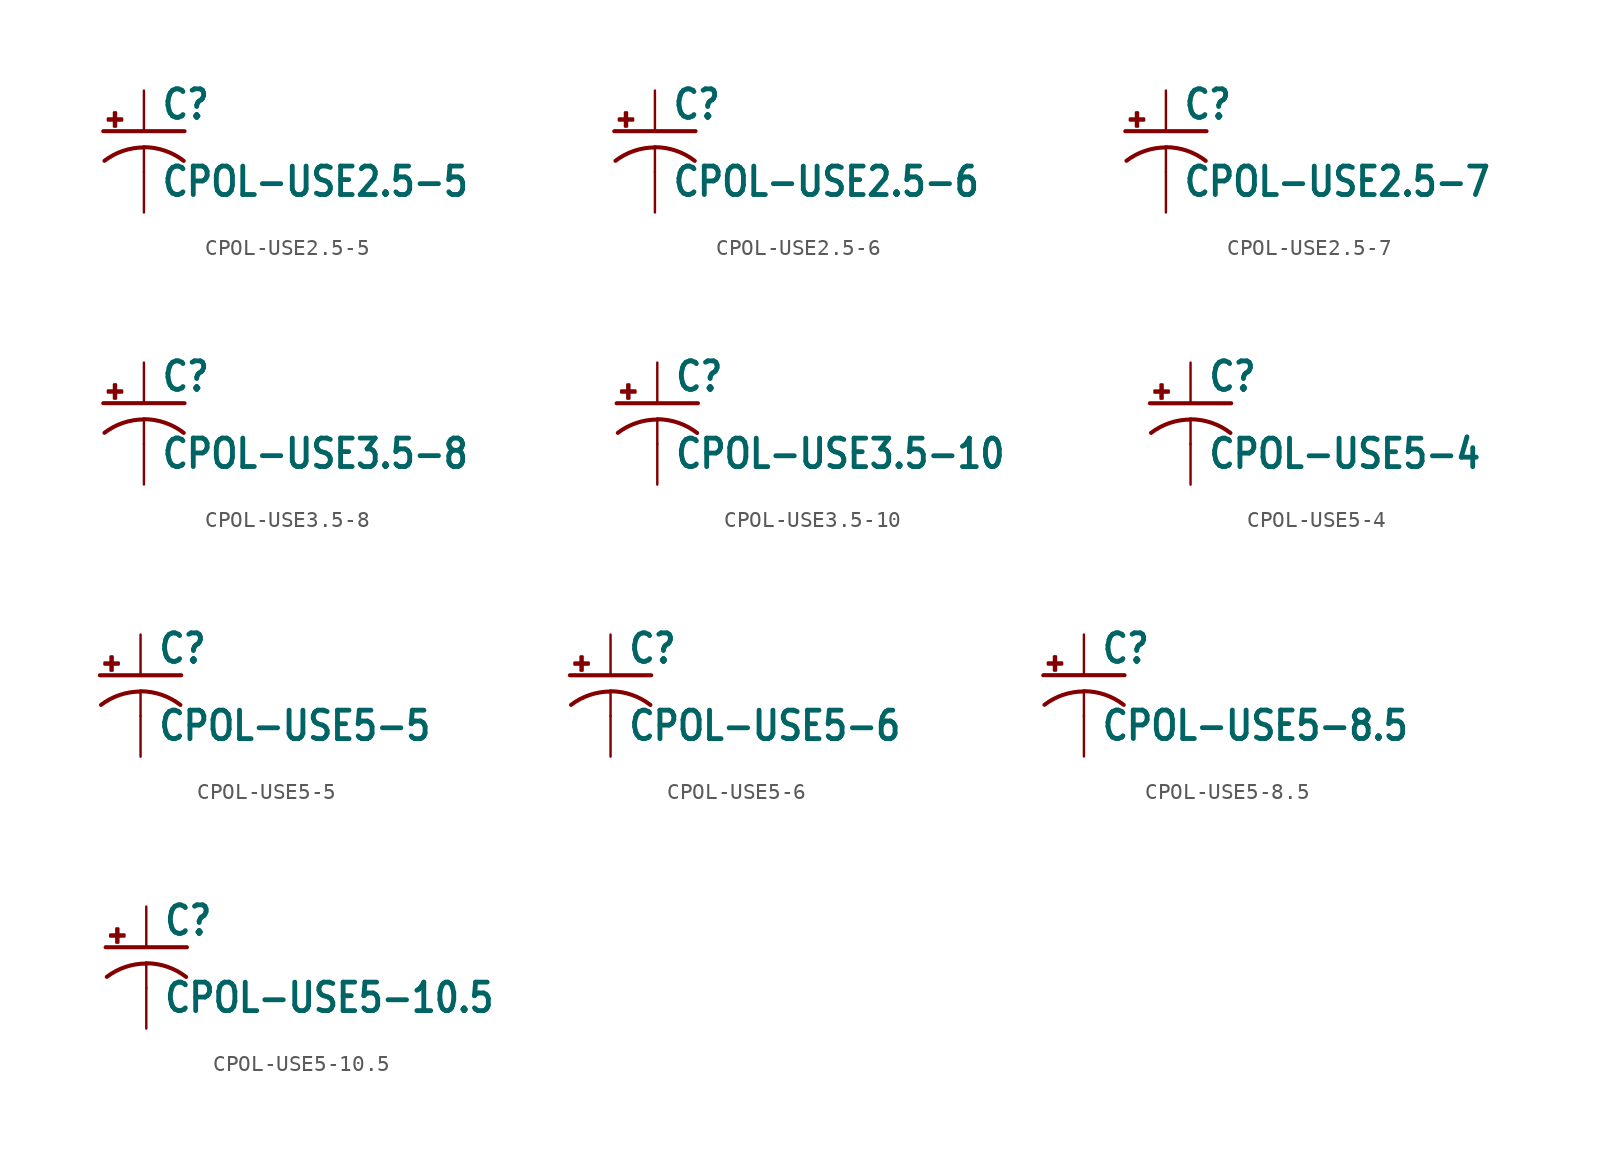
<source format=kicad_sym>
(kicad_symbol_lib
  (version 20211014)
  (generator kicad_symbol_editor)
  (symbol "CPOL-USE2.5-5"
    (property "Reference" "C"
      (at 1.016 0.635 0)
      (effects (font (size 1.778 1.511) bold) (justify left bottom)))
    (property "Value" "CPOL-USE2.5-5"
      (at 1.016 -4.191 0)
      (effects (font (size 1.778 1.511) bold) (justify left bottom)))
    (property "ki_locked" ""
      (at 0 0 0)
      (effects (font (size 1.27 1.27))))
    (symbol "CPOL-USE2.5-5_1_0"
      (rectangle (start -2.253 0.668) (end -1.364 0.795) (stroke (width 0) (type default) (color 0 0 0 0)) (fill (type outline)))
      (rectangle (start -1.872 0.287) (end -1.745 1.176) (stroke (width 0) (type default) (color 0 0 0 0)) (fill (type outline)))
      (arc (start 0 -1.0161) (mid -1.3021 -1.2302) (end -2.4669 -1.8504) (stroke (width 0.254) (type default) (color 0 0 0 0)) (fill (type none)))
      (polyline (pts (xy -2.54 0) (xy 2.54 0)) (stroke (width 0.254) (type default) (color 0 0 0 0)) (fill (type none)))
      (polyline (pts (xy 0 -1.016) (xy 0 -2.54)) (stroke (width 0.152) (type default) (color 0 0 0 0)) (fill (type none)))
      (polyline (pts (xy 0 -1.016) (xy 0 -1.016)) (stroke (width 0.152) (type default) (color 0 0 0 0)) (fill (type none)))
      (arc (start 2.4892 -1.8542) (mid 1.3158 -1.2195) (end 0 -1) (stroke (width 0.254) (type default) (color 0 0 0 0)) (fill (type none)))
      (pin passive line (at 0 2.54 270) (length 2.54) (name "+" (effects (font (size 0 0)))) (number "+" (effects (font (size 0 0)))))
      (pin passive line (at 0 -5.08 90) (length 2.54) (name "-" (effects (font (size 0 0)))) (number "-" (effects (font (size 0 0)))))))
  (symbol "CPOL-USE2.5-6"
    (property "Reference" "C"
      (at 1.016 0.635 0)
      (effects (font (size 1.778 1.511) bold) (justify left bottom)))
    (property "Value" "CPOL-USE2.5-6"
      (at 1.016 -4.191 0)
      (effects (font (size 1.778 1.511) bold) (justify left bottom)))
    (property "ki_locked" ""
      (at 0 0 0)
      (effects (font (size 1.27 1.27))))
    (symbol "CPOL-USE2.5-6_1_0"
      (rectangle (start -2.253 0.668) (end -1.364 0.795) (stroke (width 0) (type default) (color 0 0 0 0)) (fill (type outline)))
      (rectangle (start -1.872 0.287) (end -1.745 1.176) (stroke (width 0) (type default) (color 0 0 0 0)) (fill (type outline)))
      (arc (start 0 -1.0161) (mid -1.3021 -1.2302) (end -2.4669 -1.8504) (stroke (width 0.254) (type default) (color 0 0 0 0)) (fill (type none)))
      (polyline (pts (xy -2.54 0) (xy 2.54 0)) (stroke (width 0.254) (type default) (color 0 0 0 0)) (fill (type none)))
      (polyline (pts (xy 0 -1.016) (xy 0 -2.54)) (stroke (width 0.152) (type default) (color 0 0 0 0)) (fill (type none)))
      (polyline (pts (xy 0 -1.016) (xy 0 -1.016)) (stroke (width 0.152) (type default) (color 0 0 0 0)) (fill (type none)))
      (arc (start 2.4892 -1.8542) (mid 1.3158 -1.2195) (end 0 -1) (stroke (width 0.254) (type default) (color 0 0 0 0)) (fill (type none)))
      (pin passive line (at 0 2.54 270) (length 2.54) (name "+" (effects (font (size 0 0)))) (number "+" (effects (font (size 0 0)))))
      (pin passive line (at 0 -5.08 90) (length 2.54) (name "-" (effects (font (size 0 0)))) (number "-" (effects (font (size 0 0)))))))
  (symbol "CPOL-USE2.5-7"
    (property "Reference" "C"
      (at 1.016 0.635 0)
      (effects (font (size 1.778 1.511) bold) (justify left bottom)))
    (property "Value" "CPOL-USE2.5-7"
      (at 1.016 -4.191 0)
      (effects (font (size 1.778 1.511) bold) (justify left bottom)))
    (property "ki_locked" ""
      (at 0 0 0)
      (effects (font (size 1.27 1.27))))
    (symbol "CPOL-USE2.5-7_1_0"
      (rectangle (start -2.253 0.668) (end -1.364 0.795) (stroke (width 0) (type default) (color 0 0 0 0)) (fill (type outline)))
      (rectangle (start -1.872 0.287) (end -1.745 1.176) (stroke (width 0) (type default) (color 0 0 0 0)) (fill (type outline)))
      (arc (start 0 -1.0161) (mid -1.3021 -1.2302) (end -2.4669 -1.8504) (stroke (width 0.254) (type default) (color 0 0 0 0)) (fill (type none)))
      (polyline (pts (xy -2.54 0) (xy 2.54 0)) (stroke (width 0.254) (type default) (color 0 0 0 0)) (fill (type none)))
      (polyline (pts (xy 0 -1.016) (xy 0 -2.54)) (stroke (width 0.152) (type default) (color 0 0 0 0)) (fill (type none)))
      (polyline (pts (xy 0 -1.016) (xy 0 -1.016)) (stroke (width 0.152) (type default) (color 0 0 0 0)) (fill (type none)))
      (arc (start 2.4892 -1.8542) (mid 1.3158 -1.2195) (end 0 -1) (stroke (width 0.254) (type default) (color 0 0 0 0)) (fill (type none)))
      (pin passive line (at 0 2.54 270) (length 2.54) (name "+" (effects (font (size 0 0)))) (number "+" (effects (font (size 0 0)))))
      (pin passive line (at 0 -5.08 90) (length 2.54) (name "-" (effects (font (size 0 0)))) (number "-" (effects (font (size 0 0)))))))
  (symbol "CPOL-USE3.5-8"
    (property "Reference" "C"
      (at 1.016 0.635 0)
      (effects (font (size 1.778 1.511) bold) (justify left bottom)))
    (property "Value" "CPOL-USE3.5-8"
      (at 1.016 -4.191 0)
      (effects (font (size 1.778 1.511) bold) (justify left bottom)))
    (property "ki_locked" ""
      (at 0 0 0)
      (effects (font (size 1.27 1.27))))
    (symbol "CPOL-USE3.5-8_1_0"
      (rectangle (start -2.253 0.668) (end -1.364 0.795) (stroke (width 0) (type default) (color 0 0 0 0)) (fill (type outline)))
      (rectangle (start -1.872 0.287) (end -1.745 1.176) (stroke (width 0) (type default) (color 0 0 0 0)) (fill (type outline)))
      (arc (start 0 -1.0161) (mid -1.3021 -1.2302) (end -2.4669 -1.8504) (stroke (width 0.254) (type default) (color 0 0 0 0)) (fill (type none)))
      (polyline (pts (xy -2.54 0) (xy 2.54 0)) (stroke (width 0.254) (type default) (color 0 0 0 0)) (fill (type none)))
      (polyline (pts (xy 0 -1.016) (xy 0 -2.54)) (stroke (width 0.152) (type default) (color 0 0 0 0)) (fill (type none)))
      (polyline (pts (xy 0 -1.016) (xy 0 -1.016)) (stroke (width 0.152) (type default) (color 0 0 0 0)) (fill (type none)))
      (arc (start 2.4892 -1.8542) (mid 1.3158 -1.2195) (end 0 -1) (stroke (width 0.254) (type default) (color 0 0 0 0)) (fill (type none)))
      (pin passive line (at 0 2.54 270) (length 2.54) (name "+" (effects (font (size 0 0)))) (number "+" (effects (font (size 0 0)))))
      (pin passive line (at 0 -5.08 90) (length 2.54) (name "-" (effects (font (size 0 0)))) (number "-" (effects (font (size 0 0)))))))
  (symbol "CPOL-USE3.5-10"
    (property "Reference" "C"
      (at 1.016 0.635 0)
      (effects (font (size 1.778 1.511) bold) (justify left bottom)))
    (property "Value" "CPOL-USE3.5-10"
      (at 1.016 -4.191 0)
      (effects (font (size 1.778 1.511) bold) (justify left bottom)))
    (property "ki_locked" ""
      (at 0 0 0)
      (effects (font (size 1.27 1.27))))
    (symbol "CPOL-USE3.5-10_1_0"
      (rectangle (start -2.253 0.668) (end -1.364 0.795) (stroke (width 0) (type default) (color 0 0 0 0)) (fill (type outline)))
      (rectangle (start -1.872 0.287) (end -1.745 1.176) (stroke (width 0) (type default) (color 0 0 0 0)) (fill (type outline)))
      (arc (start 0 -1.0161) (mid -1.3021 -1.2302) (end -2.4669 -1.8504) (stroke (width 0.254) (type default) (color 0 0 0 0)) (fill (type none)))
      (polyline (pts (xy -2.54 0) (xy 2.54 0)) (stroke (width 0.254) (type default) (color 0 0 0 0)) (fill (type none)))
      (polyline (pts (xy 0 -1.016) (xy 0 -2.54)) (stroke (width 0.152) (type default) (color 0 0 0 0)) (fill (type none)))
      (polyline (pts (xy 0 -1.016) (xy 0 -1.016)) (stroke (width 0.152) (type default) (color 0 0 0 0)) (fill (type none)))
      (arc (start 2.4892 -1.8542) (mid 1.3158 -1.2195) (end 0 -1) (stroke (width 0.254) (type default) (color 0 0 0 0)) (fill (type none)))
      (pin passive line (at 0 2.54 270) (length 2.54) (name "+" (effects (font (size 0 0)))) (number "+" (effects (font (size 0 0)))))
      (pin passive line (at 0 -5.08 90) (length 2.54) (name "-" (effects (font (size 0 0)))) (number "-" (effects (font (size 0 0)))))))
  (symbol "CPOL-USE5-4"
    (property "Reference" "C"
      (at 1.016 0.635 0)
      (effects (font (size 1.778 1.511) bold) (justify left bottom)))
    (property "Value" "CPOL-USE5-4"
      (at 1.016 -4.191 0)
      (effects (font (size 1.778 1.511) bold) (justify left bottom)))
    (property "ki_locked" ""
      (at 0 0 0)
      (effects (font (size 1.27 1.27))))
    (symbol "CPOL-USE5-4_1_0"
      (rectangle (start -2.253 0.668) (end -1.364 0.795) (stroke (width 0) (type default) (color 0 0 0 0)) (fill (type outline)))
      (rectangle (start -1.872 0.287) (end -1.745 1.176) (stroke (width 0) (type default) (color 0 0 0 0)) (fill (type outline)))
      (arc (start 0 -1.0161) (mid -1.3021 -1.2302) (end -2.4669 -1.8504) (stroke (width 0.254) (type default) (color 0 0 0 0)) (fill (type none)))
      (polyline (pts (xy -2.54 0) (xy 2.54 0)) (stroke (width 0.254) (type default) (color 0 0 0 0)) (fill (type none)))
      (polyline (pts (xy 0 -1.016) (xy 0 -2.54)) (stroke (width 0.152) (type default) (color 0 0 0 0)) (fill (type none)))
      (polyline (pts (xy 0 -1.016) (xy 0 -1.016)) (stroke (width 0.152) (type default) (color 0 0 0 0)) (fill (type none)))
      (arc (start 2.4892 -1.8542) (mid 1.3158 -1.2195) (end 0 -1) (stroke (width 0.254) (type default) (color 0 0 0 0)) (fill (type none)))
      (pin passive line (at 0 2.54 270) (length 2.54) (name "+" (effects (font (size 0 0)))) (number "+" (effects (font (size 0 0)))))
      (pin passive line (at 0 -5.08 90) (length 2.54) (name "-" (effects (font (size 0 0)))) (number "-" (effects (font (size 0 0)))))))
  (symbol "CPOL-USE5-5"
    (property "Reference" "C"
      (at 1.016 0.635 0)
      (effects (font (size 1.778 1.511) bold) (justify left bottom)))
    (property "Value" "CPOL-USE5-5"
      (at 1.016 -4.191 0)
      (effects (font (size 1.778 1.511) bold) (justify left bottom)))
    (property "ki_locked" ""
      (at 0 0 0)
      (effects (font (size 1.27 1.27))))
    (symbol "CPOL-USE5-5_1_0"
      (rectangle (start -2.253 0.668) (end -1.364 0.795) (stroke (width 0) (type default) (color 0 0 0 0)) (fill (type outline)))
      (rectangle (start -1.872 0.287) (end -1.745 1.176) (stroke (width 0) (type default) (color 0 0 0 0)) (fill (type outline)))
      (arc (start 0 -1.0161) (mid -1.3021 -1.2302) (end -2.4669 -1.8504) (stroke (width 0.254) (type default) (color 0 0 0 0)) (fill (type none)))
      (polyline (pts (xy -2.54 0) (xy 2.54 0)) (stroke (width 0.254) (type default) (color 0 0 0 0)) (fill (type none)))
      (polyline (pts (xy 0 -1.016) (xy 0 -2.54)) (stroke (width 0.152) (type default) (color 0 0 0 0)) (fill (type none)))
      (polyline (pts (xy 0 -1.016) (xy 0 -1.016)) (stroke (width 0.152) (type default) (color 0 0 0 0)) (fill (type none)))
      (arc (start 2.4892 -1.8542) (mid 1.3158 -1.2195) (end 0 -1) (stroke (width 0.254) (type default) (color 0 0 0 0)) (fill (type none)))
      (pin passive line (at 0 2.54 270) (length 2.54) (name "+" (effects (font (size 0 0)))) (number "+" (effects (font (size 0 0)))))
      (pin passive line (at 0 -5.08 90) (length 2.54) (name "-" (effects (font (size 0 0)))) (number "-" (effects (font (size 0 0)))))))
  (symbol "CPOL-USE5-6"
    (property "Reference" "C"
      (at 1.016 0.635 0)
      (effects (font (size 1.778 1.511) bold) (justify left bottom)))
    (property "Value" "CPOL-USE5-6"
      (at 1.016 -4.191 0)
      (effects (font (size 1.778 1.511) bold) (justify left bottom)))
    (property "ki_locked" ""
      (at 0 0 0)
      (effects (font (size 1.27 1.27))))
    (symbol "CPOL-USE5-6_1_0"
      (rectangle (start -2.253 0.668) (end -1.364 0.795) (stroke (width 0) (type default) (color 0 0 0 0)) (fill (type outline)))
      (rectangle (start -1.872 0.287) (end -1.745 1.176) (stroke (width 0) (type default) (color 0 0 0 0)) (fill (type outline)))
      (arc (start 0 -1.0161) (mid -1.3021 -1.2302) (end -2.4669 -1.8504) (stroke (width 0.254) (type default) (color 0 0 0 0)) (fill (type none)))
      (polyline (pts (xy -2.54 0) (xy 2.54 0)) (stroke (width 0.254) (type default) (color 0 0 0 0)) (fill (type none)))
      (polyline (pts (xy 0 -1.016) (xy 0 -2.54)) (stroke (width 0.152) (type default) (color 0 0 0 0)) (fill (type none)))
      (polyline (pts (xy 0 -1.016) (xy 0 -1.016)) (stroke (width 0.152) (type default) (color 0 0 0 0)) (fill (type none)))
      (arc (start 2.4892 -1.8542) (mid 1.3158 -1.2195) (end 0 -1) (stroke (width 0.254) (type default) (color 0 0 0 0)) (fill (type none)))
      (pin passive line (at 0 2.54 270) (length 2.54) (name "+" (effects (font (size 0 0)))) (number "+" (effects (font (size 0 0)))))
      (pin passive line (at 0 -5.08 90) (length 2.54) (name "-" (effects (font (size 0 0)))) (number "-" (effects (font (size 0 0)))))))
  (symbol "CPOL-USE5-8.5"
    (property "Reference" "C"
      (at 1.016 0.635 0)
      (effects (font (size 1.778 1.511) bold) (justify left bottom)))
    (property "Value" "CPOL-USE5-8.5"
      (at 1.016 -4.191 0)
      (effects (font (size 1.778 1.511) bold) (justify left bottom)))
    (property "ki_locked" ""
      (at 0 0 0)
      (effects (font (size 1.27 1.27))))
    (symbol "CPOL-USE5-8.5_1_0"
      (rectangle (start -2.253 0.668) (end -1.364 0.795) (stroke (width 0) (type default) (color 0 0 0 0)) (fill (type outline)))
      (rectangle (start -1.872 0.287) (end -1.745 1.176) (stroke (width 0) (type default) (color 0 0 0 0)) (fill (type outline)))
      (arc (start 0 -1.0161) (mid -1.3021 -1.2302) (end -2.4669 -1.8504) (stroke (width 0.254) (type default) (color 0 0 0 0)) (fill (type none)))
      (polyline (pts (xy -2.54 0) (xy 2.54 0)) (stroke (width 0.254) (type default) (color 0 0 0 0)) (fill (type none)))
      (polyline (pts (xy 0 -1.016) (xy 0 -2.54)) (stroke (width 0.152) (type default) (color 0 0 0 0)) (fill (type none)))
      (polyline (pts (xy 0 -1.016) (xy 0 -1.016)) (stroke (width 0.152) (type default) (color 0 0 0 0)) (fill (type none)))
      (arc (start 2.4892 -1.8542) (mid 1.3158 -1.2195) (end 0 -1) (stroke (width 0.254) (type default) (color 0 0 0 0)) (fill (type none)))
      (pin passive line (at 0 2.54 270) (length 2.54) (name "+" (effects (font (size 0 0)))) (number "+" (effects (font (size 0 0)))))
      (pin passive line (at 0 -5.08 90) (length 2.54) (name "-" (effects (font (size 0 0)))) (number "-" (effects (font (size 0 0)))))))
  (symbol "CPOL-USE5-10.5"
    (property "Reference" "C"
      (at 1.016 0.635 0)
      (effects (font (size 1.778 1.511) bold) (justify left bottom)))
    (property "Value" "CPOL-USE5-10.5"
      (at 1.016 -4.191 0)
      (effects (font (size 1.778 1.511) bold) (justify left bottom)))
    (property "ki_locked" ""
      (at 0 0 0)
      (effects (font (size 1.27 1.27))))
    (symbol "CPOL-USE5-10.5_1_0"
      (rectangle (start -2.253 0.668) (end -1.364 0.795) (stroke (width 0) (type default) (color 0 0 0 0)) (fill (type outline)))
      (rectangle (start -1.872 0.287) (end -1.745 1.176) (stroke (width 0) (type default) (color 0 0 0 0)) (fill (type outline)))
      (arc (start 0 -1.0161) (mid -1.3021 -1.2302) (end -2.4669 -1.8504) (stroke (width 0.254) (type default) (color 0 0 0 0)) (fill (type none)))
      (polyline (pts (xy -2.54 0) (xy 2.54 0)) (stroke (width 0.254) (type default) (color 0 0 0 0)) (fill (type none)))
      (polyline (pts (xy 0 -1.016) (xy 0 -2.54)) (stroke (width 0.152) (type default) (color 0 0 0 0)) (fill (type none)))
      (polyline (pts (xy 0 -1.016) (xy 0 -1.016)) (stroke (width 0.152) (type default) (color 0 0 0 0)) (fill (type none)))
      (arc (start 2.4892 -1.8542) (mid 1.3158 -1.2195) (end 0 -1) (stroke (width 0.254) (type default) (color 0 0 0 0)) (fill (type none)))
      (pin passive line (at 0 2.54 270) (length 2.54) (name "+" (effects (font (size 0 0)))) (number "+" (effects (font (size 0 0)))))
      (pin passive line (at 0 -5.08 90) (length 2.54) (name "-" (effects (font (size 0 0)))) (number "-" (effects (font (size 0 0))))))))
</source>
